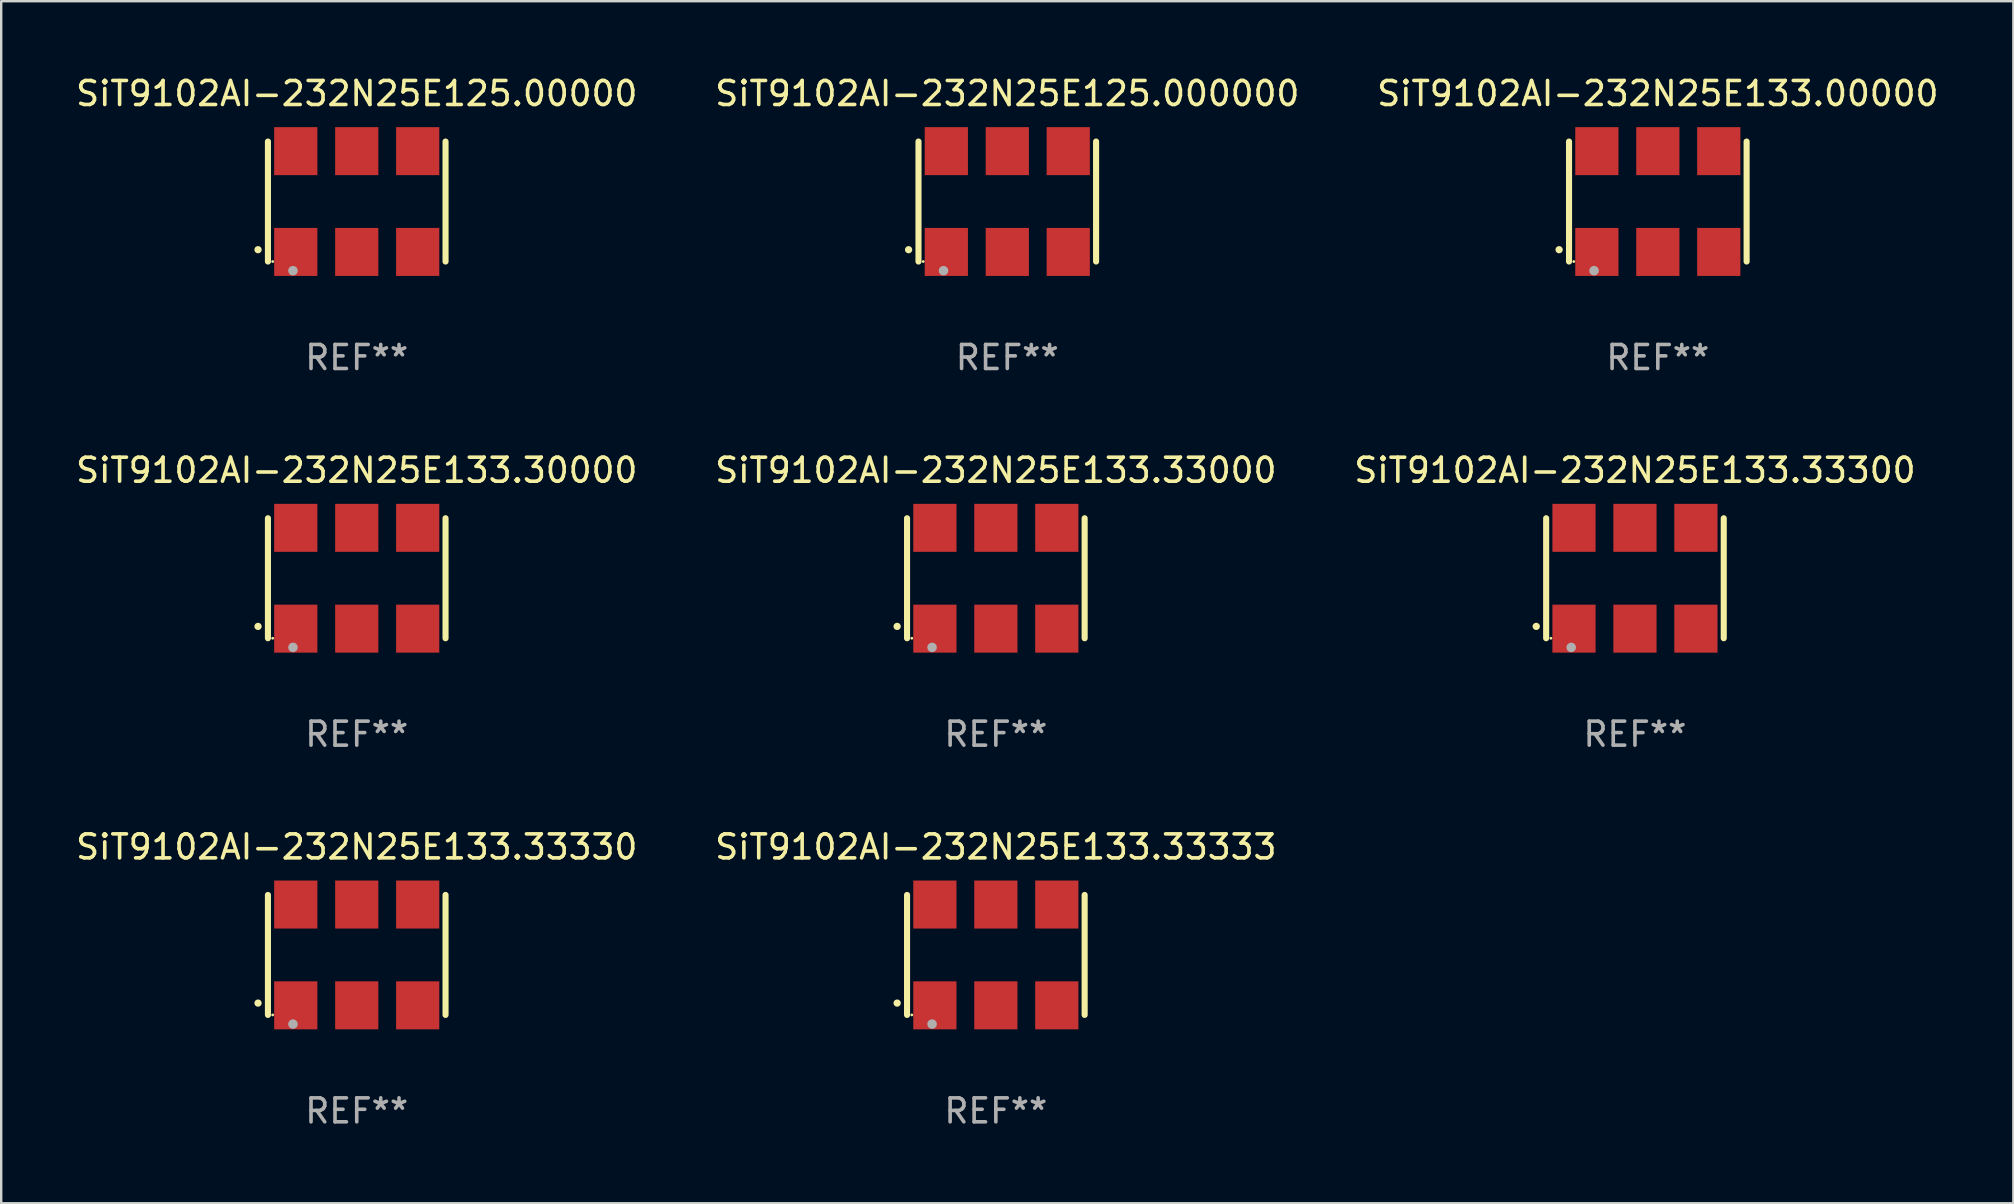
<source format=kicad_pcb>
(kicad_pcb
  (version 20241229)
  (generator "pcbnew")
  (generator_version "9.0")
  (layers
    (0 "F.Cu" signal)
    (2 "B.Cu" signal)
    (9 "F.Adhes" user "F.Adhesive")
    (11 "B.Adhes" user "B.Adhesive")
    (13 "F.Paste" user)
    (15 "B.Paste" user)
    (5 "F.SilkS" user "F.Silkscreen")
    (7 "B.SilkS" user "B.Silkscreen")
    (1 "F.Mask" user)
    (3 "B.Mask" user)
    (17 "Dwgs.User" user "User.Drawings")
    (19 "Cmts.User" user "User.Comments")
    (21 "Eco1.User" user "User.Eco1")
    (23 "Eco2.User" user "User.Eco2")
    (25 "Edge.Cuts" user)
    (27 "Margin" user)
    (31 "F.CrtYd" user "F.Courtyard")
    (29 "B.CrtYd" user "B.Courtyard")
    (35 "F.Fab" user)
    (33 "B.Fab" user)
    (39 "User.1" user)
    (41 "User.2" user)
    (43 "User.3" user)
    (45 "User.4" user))
  (footprint "SiT9102AI-232N25E133.33300"
    (layer "F.Cu")
    (at 65.077 21.045)
    (property "Reference" "SiT9102AI-232N25E133.33300" (at 0 -4.5 0) (layer "F.SilkS") (effects (font (size 1 1) (thickness 0.15))))
    (attr through_hole)
    (fp_line (start -3.7 -2.5) (end -3.7 2.5) (stroke (width 0.254) (type solid)) (layer "F.SilkS"))
    (fp_line (start 3.7 -2.5) (end 3.7 2.5) (stroke (width 0.254) (type solid)) (layer "F.SilkS"))
    (fp_arc (start -4.114415 2.006604) (mid -4.113145 2.006599) (end -4.111875 2.006604) (stroke (width 0.3) (type solid)) (layer "F.SilkS"))
    (fp_circle (center -3.502 2.5) (end -3.472 2.5) (stroke (width 0.06) (type solid)) (fill no) (layer "F.SilkS"))
    (fp_circle (center -2.657 2.882) (end -2.557 2.882) (stroke (width 0.2) (type solid)) (fill no) (layer "F.Fab"))
    (fp_text user "REF**" (at 0 6.5 0) (layer "F.Fab") (effects (font (size 1 1) (thickness 0.15))))
    (pad "1" smd rect (at -2.54 2.1) (size 1.8 2) (layers "F.Cu" "F.Mask" "F.Paste"))
    (pad "2" smd rect (at 0.000394 2.1) (size 1.8 2) (layers "F.Cu" "F.Mask" "F.Paste"))
    (pad "3" smd rect (at 2.54 2.1) (size 1.8 2) (layers "F.Cu" "F.Mask" "F.Paste"))
    (pad "4" smd rect (at 2.54 -2.1) (size 1.8 2) (layers "F.Cu" "F.Mask" "F.Paste"))
    (pad "5" smd rect (at 0.000394 -2.1) (size 1.8 2) (layers "F.Cu" "F.Mask" "F.Paste"))
    (pad "6" smd rect (at -2.54 -2.1) (size 1.8 2) (layers "F.Cu" "F.Mask" "F.Paste")))
  (footprint "SiT9102AI-232N25E133.00000"
    (layer "F.Cu")
    (at 66.03 5.348)
    (property "Reference" "SiT9102AI-232N25E133.00000" (at 0 -4.5 0) (layer "F.SilkS") (effects (font (size 1 1) (thickness 0.15))))
    (attr through_hole)
    (fp_line (start -3.7 -2.5) (end -3.7 2.5) (stroke (width 0.254) (type solid)) (layer "F.SilkS"))
    (fp_line (start 3.7 -2.5) (end 3.7 2.5) (stroke (width 0.254) (type solid)) (layer "F.SilkS"))
    (fp_arc (start -4.114415 2.006604) (mid -4.113145 2.006599) (end -4.111875 2.006604) (stroke (width 0.3) (type solid)) (layer "F.SilkS"))
    (fp_circle (center -3.502 2.5) (end -3.472 2.5) (stroke (width 0.06) (type solid)) (fill no) (layer "F.SilkS"))
    (fp_circle (center -2.657 2.882) (end -2.557 2.882) (stroke (width 0.2) (type solid)) (fill no) (layer "F.Fab"))
    (fp_text user "REF**" (at 0 6.5 0) (layer "F.Fab") (effects (font (size 1 1) (thickness 0.15))))
    (pad "1" smd rect (at -2.54 2.1) (size 1.8 2) (layers "F.Cu" "F.Mask" "F.Paste"))
    (pad "2" smd rect (at 0.000394 2.1) (size 1.8 2) (layers "F.Cu" "F.Mask" "F.Paste"))
    (pad "3" smd rect (at 2.54 2.1) (size 1.8 2) (layers "F.Cu" "F.Mask" "F.Paste"))
    (pad "4" smd rect (at 2.54 -2.1) (size 1.8 2) (layers "F.Cu" "F.Mask" "F.Paste"))
    (pad "5" smd rect (at 0.000394 -2.1) (size 1.8 2) (layers "F.Cu" "F.Mask" "F.Paste"))
    (pad "6" smd rect (at -2.54 -2.1) (size 1.8 2) (layers "F.Cu" "F.Mask" "F.Paste")))
  (footprint "SiT9102AI-232N25E125.000000"
    (layer "F.Cu")
    (at 38.923 5.348)
    (property "Reference" "SiT9102AI-232N25E125.000000" (at 0 -4.5 0) (layer "F.SilkS") (effects (font (size 1 1) (thickness 0.15))))
    (attr through_hole)
    (fp_line (start -3.7 -2.5) (end -3.7 2.5) (stroke (width 0.254) (type solid)) (layer "F.SilkS"))
    (fp_line (start 3.7 -2.5) (end 3.7 2.5) (stroke (width 0.254) (type solid)) (layer "F.SilkS"))
    (fp_arc (start -4.114415 2.006604) (mid -4.113145 2.006599) (end -4.111875 2.006604) (stroke (width 0.3) (type solid)) (layer "F.SilkS"))
    (fp_circle (center -3.502 2.5) (end -3.472 2.5) (stroke (width 0.06) (type solid)) (fill no) (layer "F.SilkS"))
    (fp_circle (center -2.657 2.882) (end -2.557 2.882) (stroke (width 0.2) (type solid)) (fill no) (layer "F.Fab"))
    (fp_text user "REF**" (at 0 6.5 0) (layer "F.Fab") (effects (font (size 1 1) (thickness 0.15))))
    (pad "1" smd rect (at -2.54 2.1) (size 1.8 2) (layers "F.Cu" "F.Mask" "F.Paste"))
    (pad "2" smd rect (at 0.000394 2.1) (size 1.8 2) (layers "F.Cu" "F.Mask" "F.Paste"))
    (pad "3" smd rect (at 2.54 2.1) (size 1.8 2) (layers "F.Cu" "F.Mask" "F.Paste"))
    (pad "4" smd rect (at 2.54 -2.1) (size 1.8 2) (layers "F.Cu" "F.Mask" "F.Paste"))
    (pad "5" smd rect (at 0.000394 -2.1) (size 1.8 2) (layers "F.Cu" "F.Mask" "F.Paste"))
    (pad "6" smd rect (at -2.54 -2.1) (size 1.8 2) (layers "F.Cu" "F.Mask" "F.Paste")))
  (footprint "SiT9102AI-232N25E133.30000"
    (layer "F.Cu")
    (at 11.815 21.045)
    (property "Reference" "SiT9102AI-232N25E133.30000" (at 0 -4.5 0) (layer "F.SilkS") (effects (font (size 1 1) (thickness 0.15))))
    (attr through_hole)
    (fp_line (start -3.7 -2.5) (end -3.7 2.5) (stroke (width 0.254) (type solid)) (layer "F.SilkS"))
    (fp_line (start 3.7 -2.5) (end 3.7 2.5) (stroke (width 0.254) (type solid)) (layer "F.SilkS"))
    (fp_arc (start -4.114415 2.006604) (mid -4.113145 2.006599) (end -4.111875 2.006604) (stroke (width 0.3) (type solid)) (layer "F.SilkS"))
    (fp_circle (center -3.502 2.5) (end -3.472 2.5) (stroke (width 0.06) (type solid)) (fill no) (layer "F.SilkS"))
    (fp_circle (center -2.657 2.882) (end -2.557 2.882) (stroke (width 0.2) (type solid)) (fill no) (layer "F.Fab"))
    (fp_text user "REF**" (at 0 6.5 0) (layer "F.Fab") (effects (font (size 1 1) (thickness 0.15))))
    (pad "1" smd rect (at -2.54 2.1) (size 1.8 2) (layers "F.Cu" "F.Mask" "F.Paste"))
    (pad "2" smd rect (at 0.000394 2.1) (size 1.8 2) (layers "F.Cu" "F.Mask" "F.Paste"))
    (pad "3" smd rect (at 2.54 2.1) (size 1.8 2) (layers "F.Cu" "F.Mask" "F.Paste"))
    (pad "4" smd rect (at 2.54 -2.1) (size 1.8 2) (layers "F.Cu" "F.Mask" "F.Paste"))
    (pad "5" smd rect (at 0.000394 -2.1) (size 1.8 2) (layers "F.Cu" "F.Mask" "F.Paste"))
    (pad "6" smd rect (at -2.54 -2.1) (size 1.8 2) (layers "F.Cu" "F.Mask" "F.Paste")))
  (footprint "SiT9102AI-232N25E133.33333"
    (layer "F.Cu")
    (at 38.446 36.741)
    (property "Reference" "SiT9102AI-232N25E133.33333" (at 0 -4.5 0) (layer "F.SilkS") (effects (font (size 1 1) (thickness 0.15))))
    (attr through_hole)
    (fp_line (start -3.7 -2.5) (end -3.7 2.5) (stroke (width 0.254) (type solid)) (layer "F.SilkS"))
    (fp_line (start 3.7 -2.5) (end 3.7 2.5) (stroke (width 0.254) (type solid)) (layer "F.SilkS"))
    (fp_arc (start -4.114415 2.006604) (mid -4.113145 2.006599) (end -4.111875 2.006604) (stroke (width 0.3) (type solid)) (layer "F.SilkS"))
    (fp_circle (center -3.502 2.5) (end -3.472 2.5) (stroke (width 0.06) (type solid)) (fill no) (layer "F.SilkS"))
    (fp_circle (center -2.657 2.882) (end -2.557 2.882) (stroke (width 0.2) (type solid)) (fill no) (layer "F.Fab"))
    (fp_text user "REF**" (at 0 6.5 0) (layer "F.Fab") (effects (font (size 1 1) (thickness 0.15))))
    (pad "1" smd rect (at -2.54 2.1) (size 1.8 2) (layers "F.Cu" "F.Mask" "F.Paste"))
    (pad "2" smd rect (at 0.000394 2.1) (size 1.8 2) (layers "F.Cu" "F.Mask" "F.Paste"))
    (pad "3" smd rect (at 2.54 2.1) (size 1.8 2) (layers "F.Cu" "F.Mask" "F.Paste"))
    (pad "4" smd rect (at 2.54 -2.1) (size 1.8 2) (layers "F.Cu" "F.Mask" "F.Paste"))
    (pad "5" smd rect (at 0.000394 -2.1) (size 1.8 2) (layers "F.Cu" "F.Mask" "F.Paste"))
    (pad "6" smd rect (at -2.54 -2.1) (size 1.8 2) (layers "F.Cu" "F.Mask" "F.Paste")))
  (footprint "SiT9102AI-232N25E125.00000"
    (layer "F.Cu")
    (at 11.815 5.348)
    (property "Reference" "SiT9102AI-232N25E125.00000" (at 0 -4.5 0) (layer "F.SilkS") (effects (font (size 1 1) (thickness 0.15))))
    (attr through_hole)
    (fp_line (start -3.7 -2.5) (end -3.7 2.5) (stroke (width 0.254) (type solid)) (layer "F.SilkS"))
    (fp_line (start 3.7 -2.5) (end 3.7 2.5) (stroke (width 0.254) (type solid)) (layer "F.SilkS"))
    (fp_arc (start -4.114415 2.006604) (mid -4.113145 2.006599) (end -4.111875 2.006604) (stroke (width 0.3) (type solid)) (layer "F.SilkS"))
    (fp_circle (center -3.502 2.5) (end -3.472 2.5) (stroke (width 0.06) (type solid)) (fill no) (layer "F.SilkS"))
    (fp_circle (center -2.657 2.882) (end -2.557 2.882) (stroke (width 0.2) (type solid)) (fill no) (layer "F.Fab"))
    (fp_text user "REF**" (at 0 6.5 0) (layer "F.Fab") (effects (font (size 1 1) (thickness 0.15))))
    (pad "1" smd rect (at -2.54 2.1) (size 1.8 2) (layers "F.Cu" "F.Mask" "F.Paste"))
    (pad "2" smd rect (at 0.000394 2.1) (size 1.8 2) (layers "F.Cu" "F.Mask" "F.Paste"))
    (pad "3" smd rect (at 2.54 2.1) (size 1.8 2) (layers "F.Cu" "F.Mask" "F.Paste"))
    (pad "4" smd rect (at 2.54 -2.1) (size 1.8 2) (layers "F.Cu" "F.Mask" "F.Paste"))
    (pad "5" smd rect (at 0.000394 -2.1) (size 1.8 2) (layers "F.Cu" "F.Mask" "F.Paste"))
    (pad "6" smd rect (at -2.54 -2.1) (size 1.8 2) (layers "F.Cu" "F.Mask" "F.Paste")))
  (footprint "SiT9102AI-232N25E133.33000"
    (layer "F.Cu")
    (at 38.446 21.045)
    (property "Reference" "SiT9102AI-232N25E133.33000" (at 0 -4.5 0) (layer "F.SilkS") (effects (font (size 1 1) (thickness 0.15))))
    (attr through_hole)
    (fp_line (start -3.7 -2.5) (end -3.7 2.5) (stroke (width 0.254) (type solid)) (layer "F.SilkS"))
    (fp_line (start 3.7 -2.5) (end 3.7 2.5) (stroke (width 0.254) (type solid)) (layer "F.SilkS"))
    (fp_arc (start -4.114415 2.006604) (mid -4.113145 2.006599) (end -4.111875 2.006604) (stroke (width 0.3) (type solid)) (layer "F.SilkS"))
    (fp_circle (center -3.502 2.5) (end -3.472 2.5) (stroke (width 0.06) (type solid)) (fill no) (layer "F.SilkS"))
    (fp_circle (center -2.657 2.882) (end -2.557 2.882) (stroke (width 0.2) (type solid)) (fill no) (layer "F.Fab"))
    (fp_text user "REF**" (at 0 6.5 0) (layer "F.Fab") (effects (font (size 1 1) (thickness 0.15))))
    (pad "1" smd rect (at -2.54 2.1) (size 1.8 2) (layers "F.Cu" "F.Mask" "F.Paste"))
    (pad "2" smd rect (at 0.000394 2.1) (size 1.8 2) (layers "F.Cu" "F.Mask" "F.Paste"))
    (pad "3" smd rect (at 2.54 2.1) (size 1.8 2) (layers "F.Cu" "F.Mask" "F.Paste"))
    (pad "4" smd rect (at 2.54 -2.1) (size 1.8 2) (layers "F.Cu" "F.Mask" "F.Paste"))
    (pad "5" smd rect (at 0.000394 -2.1) (size 1.8 2) (layers "F.Cu" "F.Mask" "F.Paste"))
    (pad "6" smd rect (at -2.54 -2.1) (size 1.8 2) (layers "F.Cu" "F.Mask" "F.Paste")))
  (footprint "SiT9102AI-232N25E133.33330"
    (layer "F.Cu")
    (at 11.815 36.741)
    (property "Reference" "SiT9102AI-232N25E133.33330" (at 0 -4.5 0) (layer "F.SilkS") (effects (font (size 1 1) (thickness 0.15))))
    (attr through_hole)
    (fp_line (start -3.7 -2.5) (end -3.7 2.5) (stroke (width 0.254) (type solid)) (layer "F.SilkS"))
    (fp_line (start 3.7 -2.5) (end 3.7 2.5) (stroke (width 0.254) (type solid)) (layer "F.SilkS"))
    (fp_arc (start -4.114415 2.006604) (mid -4.113145 2.006599) (end -4.111875 2.006604) (stroke (width 0.3) (type solid)) (layer "F.SilkS"))
    (fp_circle (center -3.502 2.5) (end -3.472 2.5) (stroke (width 0.06) (type solid)) (fill no) (layer "F.SilkS"))
    (fp_circle (center -2.657 2.882) (end -2.557 2.882) (stroke (width 0.2) (type solid)) (fill no) (layer "F.Fab"))
    (fp_text user "REF**" (at 0 6.5 0) (layer "F.Fab") (effects (font (size 1 1) (thickness 0.15))))
    (pad "1" smd rect (at -2.54 2.1) (size 1.8 2) (layers "F.Cu" "F.Mask" "F.Paste"))
    (pad "2" smd rect (at 0.000394 2.1) (size 1.8 2) (layers "F.Cu" "F.Mask" "F.Paste"))
    (pad "3" smd rect (at 2.54 2.1) (size 1.8 2) (layers "F.Cu" "F.Mask" "F.Paste"))
    (pad "4" smd rect (at 2.54 -2.1) (size 1.8 2) (layers "F.Cu" "F.Mask" "F.Paste"))
    (pad "5" smd rect (at 0.000394 -2.1) (size 1.8 2) (layers "F.Cu" "F.Mask" "F.Paste"))
    (pad "6" smd rect (at -2.54 -2.1) (size 1.8 2) (layers "F.Cu" "F.Mask" "F.Paste")))
  (gr_rect
    (start -3 -3)
    (end 80.845 47.09)
    (stroke (width 0.1) (type default))
    (fill no)
    (layer "Edge.Cuts")))
</source>
